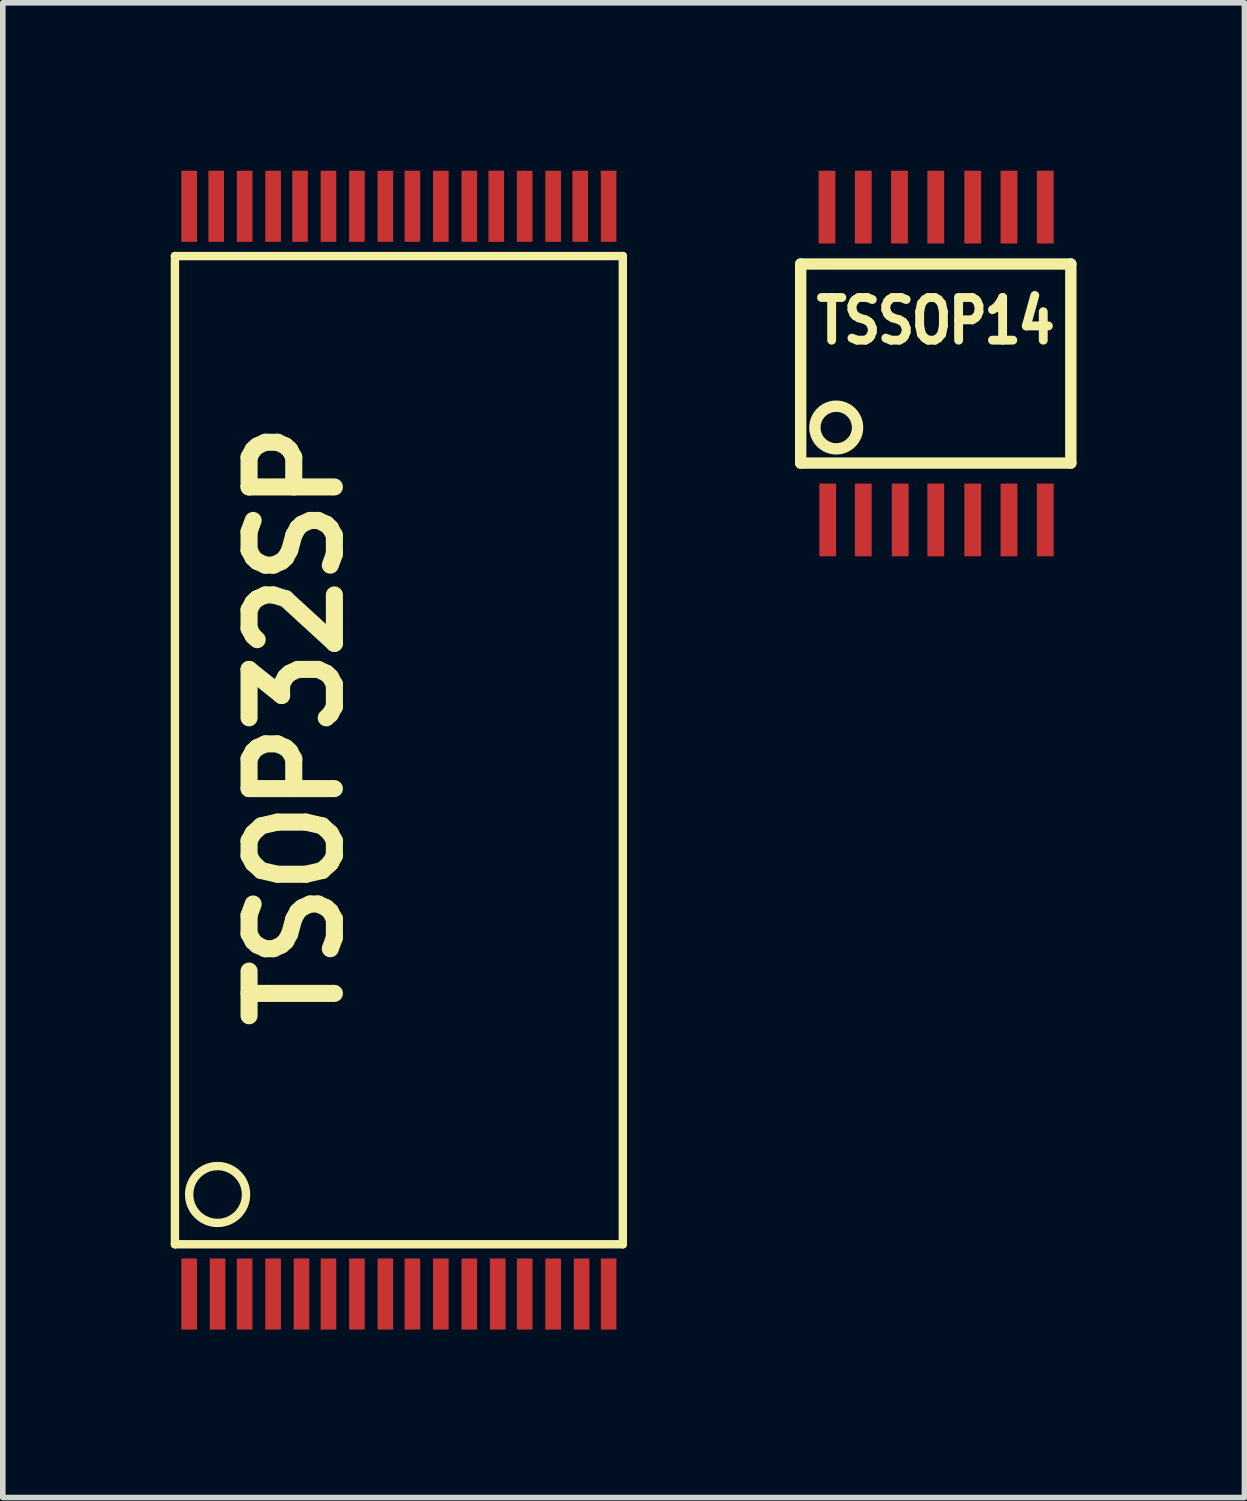
<source format=kicad_pcb>
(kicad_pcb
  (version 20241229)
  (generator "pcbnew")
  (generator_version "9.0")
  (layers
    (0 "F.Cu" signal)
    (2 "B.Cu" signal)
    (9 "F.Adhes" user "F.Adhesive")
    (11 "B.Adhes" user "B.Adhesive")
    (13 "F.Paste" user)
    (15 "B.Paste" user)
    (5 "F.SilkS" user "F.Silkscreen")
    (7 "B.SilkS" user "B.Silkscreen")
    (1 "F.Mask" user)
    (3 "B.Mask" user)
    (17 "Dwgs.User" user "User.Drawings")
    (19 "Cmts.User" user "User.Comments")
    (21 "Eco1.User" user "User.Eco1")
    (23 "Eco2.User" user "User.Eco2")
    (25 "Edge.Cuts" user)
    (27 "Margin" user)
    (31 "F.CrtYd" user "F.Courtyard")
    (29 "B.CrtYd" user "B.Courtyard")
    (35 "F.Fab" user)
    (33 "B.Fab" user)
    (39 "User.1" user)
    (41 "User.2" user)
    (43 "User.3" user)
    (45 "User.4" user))
  (footprint "TSSOP14"
    (layer "F.Cu")
    (at 13.666 3.444)
    (property "Reference" "TSSOP14" (at 0 -0.762 0) (layer "F.SilkS") (effects (font (size 0.762 0.635) (thickness 0.16))))
    (attr smd)
    (fp_line (start -2.413 -1.778) (end 2.413 -1.778) (stroke (width 0.203) (type solid)) (layer "F.SilkS"))
    (fp_line (start -2.413 1.778) (end -2.413 -1.778) (stroke (width 0.203) (type solid)) (layer "F.SilkS"))
    (fp_line (start 2.413 -1.778) (end 2.413 1.778) (stroke (width 0.203) (type solid)) (layer "F.SilkS"))
    (fp_line (start 2.413 1.778) (end -2.413 1.778) (stroke (width 0.203) (type solid)) (layer "F.SilkS"))
    (fp_circle (center -1.778 1.143) (end -2.159 1.143) (stroke (width 0.203) (type solid)) (fill no) (layer "F.SilkS"))
    (pad "1" smd rect (at -1.93 2.794) (size 0.3 1.3) (layers "F.Cu" "F.Mask" "F.Paste"))
    (pad "2" smd rect (at -1.295 2.794) (size 0.3 1.3) (layers "F.Cu" "F.Mask" "F.Paste"))
    (pad "3" smd rect (at -0.635 2.794) (size 0.3 1.3) (layers "F.Cu" "F.Mask" "F.Paste"))
    (pad "4" smd rect (at 0 2.794) (size 0.3 1.3) (layers "F.Cu" "F.Mask" "F.Paste"))
    (pad "5" smd rect (at 0.66 2.794) (size 0.3 1.3) (layers "F.Cu" "F.Mask" "F.Paste"))
    (pad "6" smd rect (at 1.308 2.794) (size 0.3 1.3) (layers "F.Cu" "F.Mask" "F.Paste"))
    (pad "7" smd rect (at 1.956 2.794) (size 0.3 1.3) (layers "F.Cu" "F.Mask" "F.Paste"))
    (pad "8" smd rect (at 1.956 -2.794) (size 0.3 1.3) (layers "F.Cu" "F.Mask" "F.Paste"))
    (pad "9" smd rect (at 1.308 -2.794) (size 0.3 1.3) (layers "F.Cu" "F.Mask" "F.Paste"))
    (pad "10" smd rect (at 0.66 -2.794) (size 0.3 1.3) (layers "F.Cu" "F.Mask" "F.Paste"))
    (pad "11" smd rect (at 0 -2.794) (size 0.3 1.3) (layers "F.Cu" "F.Mask" "F.Paste"))
    (pad "12" smd rect (at -0.648 -2.794) (size 0.3 1.3) (layers "F.Cu" "F.Mask" "F.Paste"))
    (pad "13" smd rect (at -1.295 -2.794) (size 0.3 1.3) (layers "F.Cu" "F.Mask" "F.Paste"))
    (pad "14" smd rect (at -1.943 -2.794) (size 0.3 1.3) (layers "F.Cu" "F.Mask" "F.Paste")))
  (footprint "TSOP32SP"
    (layer "F.Cu")
    (at 4.139 10.414)
    (property "Reference" "TSOP32SP" (at -1.905 -0.508 90) (layer "F.SilkS") (effects (font (size 1.524 1.397) (thickness 0.305))))
    (attr smd)
    (fp_line (start -4.064 -8.89) (end 3.937 -8.89) (stroke (width 0.15) (type solid)) (layer "F.SilkS"))
    (fp_line (start -4.064 8.763) (end -4.064 -8.89) (stroke (width 0.15) (type solid)) (layer "F.SilkS"))
    (fp_line (start 3.937 -8.89) (end 3.937 8.763) (stroke (width 0.15) (type solid)) (layer "F.SilkS"))
    (fp_line (start 3.937 8.763) (end -4.064 8.763) (stroke (width 0.15) (type solid)) (layer "F.SilkS"))
    (fp_circle (center -3.302 7.874) (end -3.302 8.382) (stroke (width 0.15) (type solid)) (fill no) (layer "F.SilkS"))
    (pad "1" smd rect (at -3.81 9.652) (size 0.279 1.27) (layers "F.Cu" "F.Mask" "F.Paste"))
    (pad "2" smd rect (at -3.302 9.652) (size 0.279 1.27) (layers "F.Cu" "F.Mask" "F.Paste"))
    (pad "3" smd rect (at -2.819 9.652) (size 0.279 1.27) (layers "F.Cu" "F.Mask" "F.Paste"))
    (pad "4" smd rect (at -2.311 9.652) (size 0.279 1.27) (layers "F.Cu" "F.Mask" "F.Paste"))
    (pad "5" smd rect (at -1.803 9.652) (size 0.279 1.27) (layers "F.Cu" "F.Mask" "F.Paste"))
    (pad "6" smd rect (at -1.321 9.652) (size 0.279 1.27) (layers "F.Cu" "F.Mask" "F.Paste"))
    (pad "7" smd rect (at -0.813 9.652) (size 0.279 1.27) (layers "F.Cu" "F.Mask" "F.Paste"))
    (pad "8" smd rect (at -0.305 9.652) (size 0.279 1.27) (layers "F.Cu" "F.Mask" "F.Paste"))
    (pad "9" smd rect (at 0.178 9.652) (size 0.279 1.27) (layers "F.Cu" "F.Mask" "F.Paste"))
    (pad "10" smd rect (at 0.686 9.652) (size 0.279 1.27) (layers "F.Cu" "F.Mask" "F.Paste"))
    (pad "11" smd rect (at 1.194 9.652) (size 0.279 1.27) (layers "F.Cu" "F.Mask" "F.Paste"))
    (pad "12" smd rect (at 1.702 9.652) (size 0.279 1.27) (layers "F.Cu" "F.Mask" "F.Paste"))
    (pad "13" smd rect (at 2.184 9.652) (size 0.279 1.27) (layers "F.Cu" "F.Mask" "F.Paste"))
    (pad "14" smd rect (at 2.692 9.652) (size 0.279 1.27) (layers "F.Cu" "F.Mask" "F.Paste"))
    (pad "15" smd rect (at 3.2 9.652) (size 0.279 1.27) (layers "F.Cu" "F.Mask" "F.Paste"))
    (pad "16" smd rect (at 3.683 9.652) (size 0.279 1.27) (layers "F.Cu" "F.Mask" "F.Paste"))
    (pad "17" smd rect (at 3.683 -9.779) (size 0.279 1.27) (layers "F.Cu" "F.Mask" "F.Paste"))
    (pad "18" smd rect (at 3.175 -9.779) (size 0.279 1.27) (layers "F.Cu" "F.Mask" "F.Paste"))
    (pad "19" smd rect (at 2.692 -9.779) (size 0.279 1.27) (layers "F.Cu" "F.Mask" "F.Paste"))
    (pad "20" smd rect (at 2.184 -9.779) (size 0.279 1.27) (layers "F.Cu" "F.Mask" "F.Paste"))
    (pad "21" smd rect (at 1.676 -9.779) (size 0.279 1.27) (layers "F.Cu" "F.Mask" "F.Paste"))
    (pad "22" smd rect (at 1.194 -9.779) (size 0.279 1.27) (layers "F.Cu" "F.Mask" "F.Paste"))
    (pad "23" smd rect (at 0.686 -9.779) (size 0.279 1.27) (layers "F.Cu" "F.Mask" "F.Paste"))
    (pad "24" smd rect (at 0.178 -9.779) (size 0.279 1.27) (layers "F.Cu" "F.Mask" "F.Paste"))
    (pad "25" smd rect (at -0.305 -9.779) (size 0.279 1.27) (layers "F.Cu" "F.Mask" "F.Paste"))
    (pad "26" smd rect (at -0.813 -9.779) (size 0.279 1.27) (layers "F.Cu" "F.Mask" "F.Paste"))
    (pad "27" smd rect (at -1.321 -9.779) (size 0.279 1.27) (layers "F.Cu" "F.Mask" "F.Paste"))
    (pad "28" smd rect (at -1.829 -9.779) (size 0.279 1.27) (layers "F.Cu" "F.Mask" "F.Paste"))
    (pad "29" smd rect (at -2.311 -9.779) (size 0.279 1.27) (layers "F.Cu" "F.Mask" "F.Paste"))
    (pad "30" smd rect (at -2.819 -9.779) (size 0.279 1.27) (layers "F.Cu" "F.Mask" "F.Paste"))
    (pad "31" smd rect (at -3.327 -9.779) (size 0.279 1.27) (layers "F.Cu" "F.Mask" "F.Paste"))
    (pad "32" smd rect (at -3.81 -9.779) (size 0.279 1.27) (layers "F.Cu" "F.Mask" "F.Paste")))
  (gr_rect
    (start -3 -3)
    (end 19.18 23.701)
    (stroke (width 0.1) (type default))
    (fill no)
    (layer "Edge.Cuts")))
</source>
